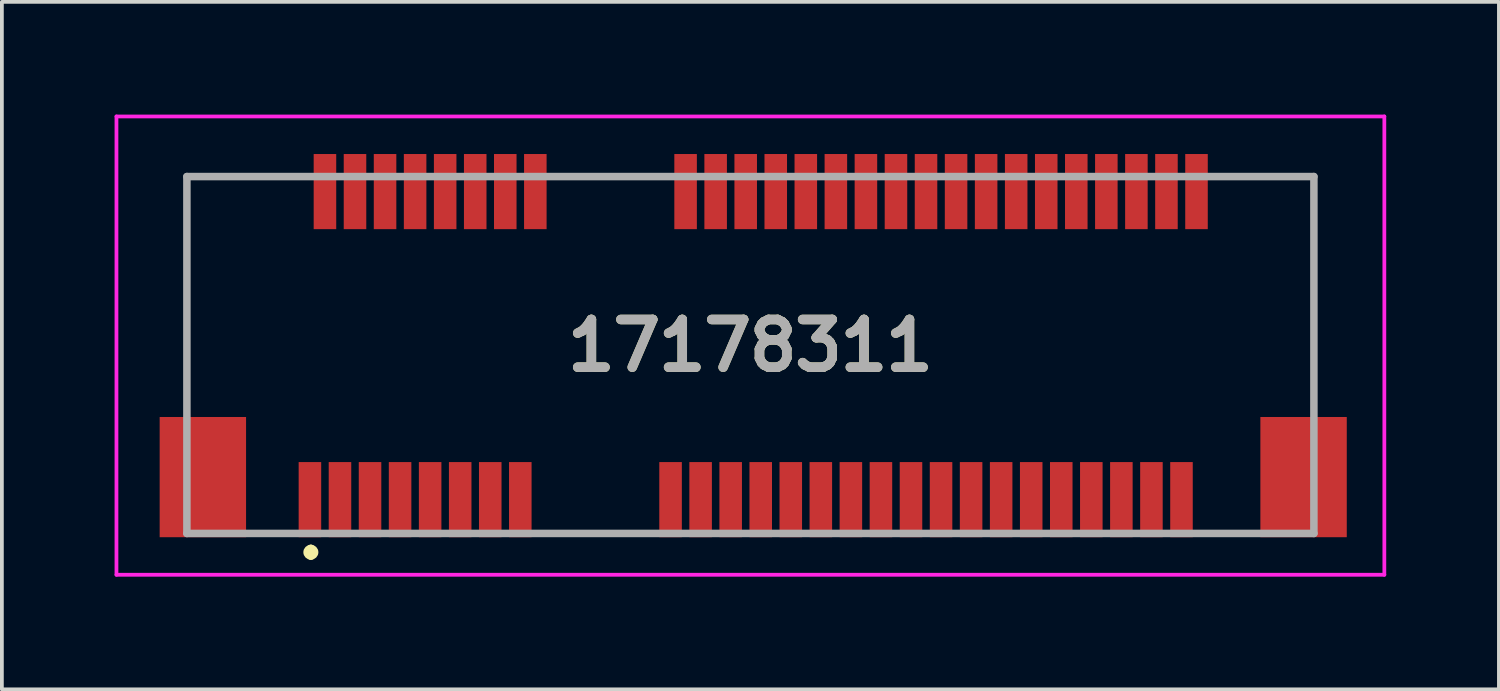
<source format=kicad_pcb>
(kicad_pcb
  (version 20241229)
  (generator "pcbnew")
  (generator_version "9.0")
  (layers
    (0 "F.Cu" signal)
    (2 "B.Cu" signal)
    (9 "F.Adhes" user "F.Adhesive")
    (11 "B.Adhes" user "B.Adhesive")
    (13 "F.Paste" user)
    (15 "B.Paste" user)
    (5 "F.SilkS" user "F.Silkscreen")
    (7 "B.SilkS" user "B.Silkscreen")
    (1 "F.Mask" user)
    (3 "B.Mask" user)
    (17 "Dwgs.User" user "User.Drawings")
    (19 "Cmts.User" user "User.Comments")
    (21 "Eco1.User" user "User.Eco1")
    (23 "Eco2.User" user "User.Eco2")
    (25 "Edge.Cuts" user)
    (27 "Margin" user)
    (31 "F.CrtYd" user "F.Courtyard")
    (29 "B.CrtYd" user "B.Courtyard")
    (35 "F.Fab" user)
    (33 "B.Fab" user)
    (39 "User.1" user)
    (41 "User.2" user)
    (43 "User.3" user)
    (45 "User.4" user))
  (footprint "17178311"
    (layer "F.Cu")
    (at 16.925 6.15)
    (property "Reference" "17178311" (at 0 0 0) (layer "F.SilkS") (effects (font (size 1.27 1.27) (thickness 0.254))))
    (attr smd)
    (fp_line (start -15 -4.5) (end -12.425 -4.5) (stroke (width 0.1) (type solid)) (layer "F.SilkS"))
    (fp_line (start -15 1) (end -15 -4.5) (stroke (width 0.1) (type solid)) (layer "F.SilkS"))
    (fp_line (start -12.5 5) (end -13 5) (stroke (width 0.1) (type solid)) (layer "F.SilkS"))
    (fp_line (start -11.7 5.4) (end -11.7 5.4) (stroke (width 0.2) (type solid)) (layer "F.SilkS"))
    (fp_line (start -11.7 5.6) (end -11.7 5.6) (stroke (width 0.2) (type solid)) (layer "F.SilkS"))
    (fp_line (start -4.5 -4.5) (end -3 -4.5) (stroke (width 0.1) (type solid)) (layer "F.SilkS"))
    (fp_line (start -3 5) (end -5 5) (stroke (width 0.1) (type solid)) (layer "F.SilkS"))
    (fp_line (start 12.5 5) (end 13 5) (stroke (width 0.1) (type solid)) (layer "F.SilkS"))
    (fp_line (start 13 -4.5) (end 15 -4.5) (stroke (width 0.1) (type solid)) (layer "F.SilkS"))
    (fp_line (start 15 -4.5) (end 15 1) (stroke (width 0.1) (type solid)) (layer "F.SilkS"))
    (fp_arc (start -11.7 5.4) (mid -11.6 5.5) (end -11.7 5.6) (stroke (width 0.2) (type solid)) (layer "F.SilkS"))
    (fp_arc (start -11.7 5.6) (mid -11.8 5.5) (end -11.7 5.4) (stroke (width 0.2) (type solid)) (layer "F.SilkS"))
    (fp_line (start -16.875 -6.1) (end 16.875 -6.1) (stroke (width 0.1) (type solid)) (layer "F.CrtYd"))
    (fp_line (start -16.875 6.1) (end -16.875 -6.1) (stroke (width 0.1) (type solid)) (layer "F.CrtYd"))
    (fp_line (start 16.875 -6.1) (end 16.875 6.1) (stroke (width 0.1) (type solid)) (layer "F.CrtYd"))
    (fp_line (start 16.875 6.1) (end -16.875 6.1) (stroke (width 0.1) (type solid)) (layer "F.CrtYd"))
    (fp_line (start -15 -4.5) (end 15 -4.5) (stroke (width 0.2) (type solid)) (layer "F.Fab"))
    (fp_line (start -15 5) (end -15 -4.5) (stroke (width 0.2) (type solid)) (layer "F.Fab"))
    (fp_line (start 15 -4.5) (end 15 5) (stroke (width 0.2) (type solid)) (layer "F.Fab"))
    (fp_line (start 15 5) (end -15 5) (stroke (width 0.2) (type solid)) (layer "F.Fab"))
    (fp_text user "${REFERENCE}" (at 0 0 0) (layer "F.Fab") (effects (font (size 1.27 1.27) (thickness 0.254))))
    (pad "1" smd rect (at -11.725 4.1) (size 0.6 2) (layers "F.Cu" "F.Mask" "F.Paste"))
    (pad "2" smd rect (at -11.325 -4.1) (size 0.6 2) (layers "F.Cu" "F.Mask" "F.Paste"))
    (pad "3" smd rect (at -10.925 4.1) (size 0.6 2) (layers "F.Cu" "F.Mask" "F.Paste"))
    (pad "4" smd rect (at -10.525 -4.1) (size 0.6 2) (layers "F.Cu" "F.Mask" "F.Paste"))
    (pad "5" smd rect (at -10.125 4.1) (size 0.6 2) (layers "F.Cu" "F.Mask" "F.Paste"))
    (pad "6" smd rect (at -9.725 -4.1) (size 0.6 2) (layers "F.Cu" "F.Mask" "F.Paste"))
    (pad "7" smd rect (at -9.325 4.1) (size 0.6 2) (layers "F.Cu" "F.Mask" "F.Paste"))
    (pad "8" smd rect (at -8.925 -4.1) (size 0.6 2) (layers "F.Cu" "F.Mask" "F.Paste"))
    (pad "9" smd rect (at -8.525 4.1) (size 0.6 2) (layers "F.Cu" "F.Mask" "F.Paste"))
    (pad "10" smd rect (at -8.125 -4.1) (size 0.6 2) (layers "F.Cu" "F.Mask" "F.Paste"))
    (pad "11" smd rect (at -7.725 4.1) (size 0.6 2) (layers "F.Cu" "F.Mask" "F.Paste"))
    (pad "12" smd rect (at -7.325 -4.1) (size 0.6 2) (layers "F.Cu" "F.Mask" "F.Paste"))
    (pad "13" smd rect (at -6.925 4.1) (size 0.6 2) (layers "F.Cu" "F.Mask" "F.Paste"))
    (pad "14" smd rect (at -6.525 -4.1) (size 0.6 2) (layers "F.Cu" "F.Mask" "F.Paste"))
    (pad "15" smd rect (at -6.125 4.1) (size 0.6 2) (layers "F.Cu" "F.Mask" "F.Paste"))
    (pad "16" smd rect (at -5.725 -4.1) (size 0.6 2) (layers "F.Cu" "F.Mask" "F.Paste"))
    (pad "17" smd rect (at -2.125 4.1) (size 0.6 2) (layers "F.Cu" "F.Mask" "F.Paste"))
    (pad "18" smd rect (at -1.725 -4.1) (size 0.6 2) (layers "F.Cu" "F.Mask" "F.Paste"))
    (pad "19" smd rect (at -1.325 4.1) (size 0.6 2) (layers "F.Cu" "F.Mask" "F.Paste"))
    (pad "20" smd rect (at -0.925 -4.1) (size 0.6 2) (layers "F.Cu" "F.Mask" "F.Paste"))
    (pad "21" smd rect (at -0.525 4.1) (size 0.6 2) (layers "F.Cu" "F.Mask" "F.Paste"))
    (pad "22" smd rect (at -0.125 -4.1) (size 0.6 2) (layers "F.Cu" "F.Mask" "F.Paste"))
    (pad "23" smd rect (at 0.275 4.1) (size 0.6 2) (layers "F.Cu" "F.Mask" "F.Paste"))
    (pad "24" smd rect (at 0.675 -4.1) (size 0.6 2) (layers "F.Cu" "F.Mask" "F.Paste"))
    (pad "25" smd rect (at 1.075 4.1) (size 0.6 2) (layers "F.Cu" "F.Mask" "F.Paste"))
    (pad "26" smd rect (at 1.475 -4.1) (size 0.6 2) (layers "F.Cu" "F.Mask" "F.Paste"))
    (pad "27" smd rect (at 1.875 4.1) (size 0.6 2) (layers "F.Cu" "F.Mask" "F.Paste"))
    (pad "28" smd rect (at 2.275 -4.1) (size 0.6 2) (layers "F.Cu" "F.Mask" "F.Paste"))
    (pad "29" smd rect (at 2.675 4.1) (size 0.6 2) (layers "F.Cu" "F.Mask" "F.Paste"))
    (pad "30" smd rect (at 3.075 -4.1) (size 0.6 2) (layers "F.Cu" "F.Mask" "F.Paste"))
    (pad "31" smd rect (at 3.475 4.1) (size 0.6 2) (layers "F.Cu" "F.Mask" "F.Paste"))
    (pad "32" smd rect (at 3.875 -4.1) (size 0.6 2) (layers "F.Cu" "F.Mask" "F.Paste"))
    (pad "33" smd rect (at 4.275 4.1) (size 0.6 2) (layers "F.Cu" "F.Mask" "F.Paste"))
    (pad "34" smd rect (at 4.675 -4.1) (size 0.6 2) (layers "F.Cu" "F.Mask" "F.Paste"))
    (pad "35" smd rect (at 5.075 4.1) (size 0.6 2) (layers "F.Cu" "F.Mask" "F.Paste"))
    (pad "36" smd rect (at 5.475 -4.1) (size 0.6 2) (layers "F.Cu" "F.Mask" "F.Paste"))
    (pad "37" smd rect (at 5.875 4.1) (size 0.6 2) (layers "F.Cu" "F.Mask" "F.Paste"))
    (pad "38" smd rect (at 6.275 -4.1) (size 0.6 2) (layers "F.Cu" "F.Mask" "F.Paste"))
    (pad "39" smd rect (at 6.675 4.1) (size 0.6 2) (layers "F.Cu" "F.Mask" "F.Paste"))
    (pad "40" smd rect (at 7.075 -4.1) (size 0.6 2) (layers "F.Cu" "F.Mask" "F.Paste"))
    (pad "41" smd rect (at 7.475 4.1) (size 0.6 2) (layers "F.Cu" "F.Mask" "F.Paste"))
    (pad "42" smd rect (at 7.875 -4.1) (size 0.6 2) (layers "F.Cu" "F.Mask" "F.Paste"))
    (pad "43" smd rect (at 8.275 4.1) (size 0.6 2) (layers "F.Cu" "F.Mask" "F.Paste"))
    (pad "44" smd rect (at 8.675 -4.1) (size 0.6 2) (layers "F.Cu" "F.Mask" "F.Paste"))
    (pad "45" smd rect (at 9.075 4.1) (size 0.6 2) (layers "F.Cu" "F.Mask" "F.Paste"))
    (pad "46" smd rect (at 9.475 -4.1) (size 0.6 2) (layers "F.Cu" "F.Mask" "F.Paste"))
    (pad "47" smd rect (at 9.875 4.1) (size 0.6 2) (layers "F.Cu" "F.Mask" "F.Paste"))
    (pad "48" smd rect (at 10.275 -4.1) (size 0.6 2) (layers "F.Cu" "F.Mask" "F.Paste"))
    (pad "49" smd rect (at 10.675 4.1) (size 0.6 2) (layers "F.Cu" "F.Mask" "F.Paste"))
    (pad "50" smd rect (at 11.075 -4.1) (size 0.6 2) (layers "F.Cu" "F.Mask" "F.Paste"))
    (pad "51" smd rect (at 11.475 4.1) (size 0.6 2) (layers "F.Cu" "F.Mask" "F.Paste"))
    (pad "52" smd rect (at 11.875 -4.1) (size 0.6 2) (layers "F.Cu" "F.Mask" "F.Paste"))
    (pad "MP1" smd rect (at -14.575 3.5) (size 2.3 3.2) (layers "F.Cu" "F.Mask" "F.Paste"))
    (pad "MP2" smd rect (at 14.725 3.5) (size 2.3 3.2) (layers "F.Cu" "F.Mask" "F.Paste")))
  (gr_rect
    (start -3 -3)
    (end 36.85 15.3)
    (stroke (width 0.1) (type default))
    (fill no)
    (layer "Edge.Cuts")))
</source>
